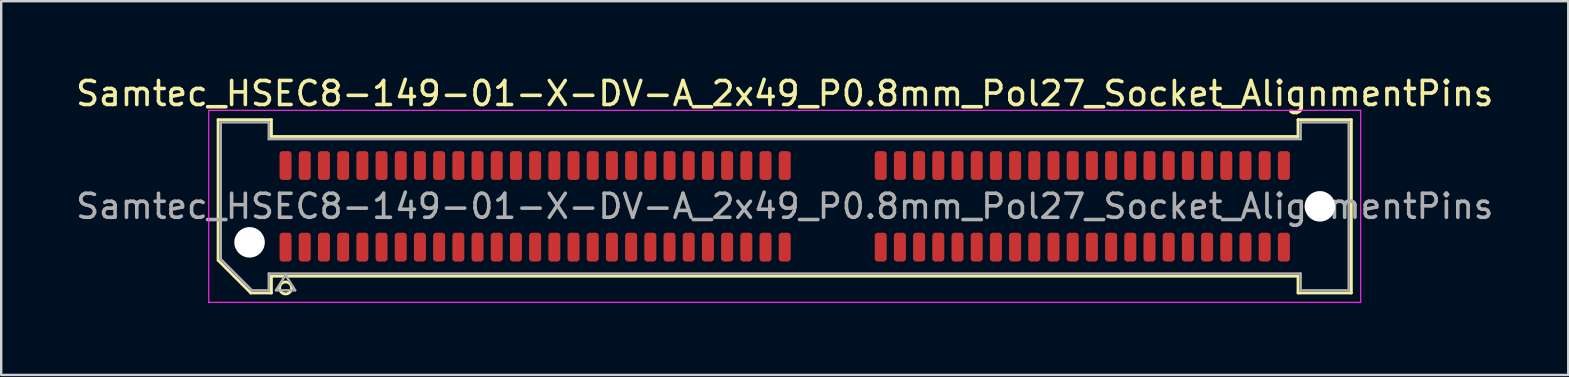
<source format=kicad_pcb>
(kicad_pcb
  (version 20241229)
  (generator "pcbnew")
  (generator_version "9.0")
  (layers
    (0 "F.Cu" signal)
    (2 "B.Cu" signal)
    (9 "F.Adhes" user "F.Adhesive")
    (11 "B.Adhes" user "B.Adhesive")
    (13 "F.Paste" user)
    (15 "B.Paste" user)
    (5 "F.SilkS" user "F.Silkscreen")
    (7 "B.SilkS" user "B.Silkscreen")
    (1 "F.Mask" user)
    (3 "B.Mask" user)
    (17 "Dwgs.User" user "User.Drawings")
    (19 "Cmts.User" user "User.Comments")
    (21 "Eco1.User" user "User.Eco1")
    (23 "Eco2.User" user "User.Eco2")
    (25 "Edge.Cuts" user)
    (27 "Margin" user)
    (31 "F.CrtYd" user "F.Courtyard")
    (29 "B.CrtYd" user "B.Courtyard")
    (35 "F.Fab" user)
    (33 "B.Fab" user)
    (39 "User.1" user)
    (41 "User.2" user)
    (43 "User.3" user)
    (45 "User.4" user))
  (footprint "Samtec_HSEC8-149-01-X-DV-A_2x49_P0.8mm_Pol27_Socket_AlignmentPins"
    (layer "F.Cu")
    (at 29.649 5.548)
    (property "Reference" "Samtec_HSEC8-149-01-X-DV-A_2x49_P0.8mm_Pol27_Socket_AlignmentPins" (at 0 -4.7 0) (layer "F.SilkS") (effects (font (size 1 1) (thickness 0.15))))
    (attr smd)
    (fp_line (start -23.61 -3.61) (end -21.39 -3.61) (stroke (width 0.12) (type solid)) (layer "F.SilkS"))
    (fp_line (start -23.61 2.246) (end -23.61 -3.61) (stroke (width 0.12) (type solid)) (layer "F.SilkS"))
    (fp_line (start -22.246 3.61) (end -23.61 2.246) (stroke (width 0.12) (type solid)) (layer "F.SilkS"))
    (fp_line (start -21.39 -3.61) (end -21.39 -2.91) (stroke (width 0.12) (type solid)) (layer "F.SilkS"))
    (fp_line (start -21.39 -2.91) (end 21.39 -2.91) (stroke (width 0.12) (type solid)) (layer "F.SilkS"))
    (fp_line (start -21.39 2.91) (end -21.39 3.61) (stroke (width 0.12) (type solid)) (layer "F.SilkS"))
    (fp_line (start -21.39 3.61) (end -22.246 3.61) (stroke (width 0.12) (type solid)) (layer "F.SilkS"))
    (fp_line (start 21.39 -3.61) (end 23.61 -3.61) (stroke (width 0.12) (type solid)) (layer "F.SilkS"))
    (fp_line (start 21.39 -2.91) (end 21.39 -3.61) (stroke (width 0.12) (type solid)) (layer "F.SilkS"))
    (fp_line (start 21.39 2.91) (end -21.39 2.91) (stroke (width 0.12) (type solid)) (layer "F.SilkS"))
    (fp_line (start 21.39 3.61) (end 21.39 2.91) (stroke (width 0.12) (type solid)) (layer "F.SilkS"))
    (fp_line (start 23.61 -3.61) (end 23.61 3.61) (stroke (width 0.12) (type solid)) (layer "F.SilkS"))
    (fp_line (start 23.61 3.61) (end 21.39 3.61) (stroke (width 0.12) (type solid)) (layer "F.SilkS"))
    (fp_circle (center -20.8 3.4) (end -20.55 3.4) (stroke (width 0.12) (type solid)) (fill no) (layer "F.SilkS"))
    (fp_line (start -24 -4) (end -24 4) (stroke (width 0.05) (type solid)) (layer "F.CrtYd"))
    (fp_line (start -24 4) (end 24 4) (stroke (width 0.05) (type solid)) (layer "F.CrtYd"))
    (fp_line (start 24 -4) (end -24 -4) (stroke (width 0.05) (type solid)) (layer "F.CrtYd"))
    (fp_line (start 24 4) (end 24 -4) (stroke (width 0.05) (type solid)) (layer "F.CrtYd"))
    (fp_line (start -23.5 -3.5) (end -21.5 -3.5) (stroke (width 0.1) (type solid)) (layer "F.Fab"))
    (fp_line (start -23.5 2.2) (end -23.5 -3.5) (stroke (width 0.1) (type solid)) (layer "F.Fab"))
    (fp_line (start -22.2 3.5) (end -23.5 2.2) (stroke (width 0.1) (type solid)) (layer "F.Fab"))
    (fp_line (start -21.5 -3.5) (end -21.5 -2.8) (stroke (width 0.1) (type solid)) (layer "F.Fab"))
    (fp_line (start -21.5 -2.8) (end 21.5 -2.8) (stroke (width 0.1) (type solid)) (layer "F.Fab"))
    (fp_line (start -21.5 2.8) (end -21.5 3.5) (stroke (width 0.1) (type solid)) (layer "F.Fab"))
    (fp_line (start -21.5 3.5) (end -22.2 3.5) (stroke (width 0.1) (type solid)) (layer "F.Fab"))
    (fp_line (start -21.2 3.5) (end -20.8 2.86) (stroke (width 0.1) (type solid)) (layer "F.Fab"))
    (fp_line (start -20.8 2.86) (end -20.4 3.5) (stroke (width 0.1) (type solid)) (layer "F.Fab"))
    (fp_line (start -20.4 3.5) (end -21.2 3.5) (stroke (width 0.1) (type solid)) (layer "F.Fab"))
    (fp_line (start 21.5 -3.5) (end 23.5 -3.5) (stroke (width 0.1) (type solid)) (layer "F.Fab"))
    (fp_line (start 21.5 -2.8) (end 21.5 -3.5) (stroke (width 0.1) (type solid)) (layer "F.Fab"))
    (fp_line (start 21.5 2.8) (end -21.5 2.8) (stroke (width 0.1) (type solid)) (layer "F.Fab"))
    (fp_line (start 21.5 3.5) (end 21.5 2.8) (stroke (width 0.1) (type solid)) (layer "F.Fab"))
    (fp_line (start 23.5 -3.5) (end 23.5 3.5) (stroke (width 0.1) (type solid)) (layer "F.Fab"))
    (fp_line (start 23.5 3.5) (end 21.5 3.5) (stroke (width 0.1) (type solid)) (layer "F.Fab"))
    (fp_text user "${REFERENCE}" (at 0 0 0) (layer "F.Fab") (effects (font (size 1 1) (thickness 0.15))))
    (pad "" np_thru_hole circle (at -22.3 1.5) (size 1.27 1.27) (drill 1.27) (layers "*.Cu" "*.Mask"))
    (pad "" np_thru_hole circle (at 22.3 0) (size 1.27 1.27) (drill 1.27) (layers "*.Cu" "*.Mask"))
    (pad "1" smd roundrect (at -20.8 1.7) (size 0.5 1.2) (layers "F.Cu" "F.Mask" "F.Paste") (roundrect_rratio 0.25))
    (pad "2" smd roundrect (at -20.8 -1.7) (size 0.5 1.2) (layers "F.Cu" "F.Mask" "F.Paste") (roundrect_rratio 0.25))
    (pad "3" smd roundrect (at -20 1.7) (size 0.5 1.2) (layers "F.Cu" "F.Mask" "F.Paste") (roundrect_rratio 0.25))
    (pad "4" smd roundrect (at -20 -1.7) (size 0.5 1.2) (layers "F.Cu" "F.Mask" "F.Paste") (roundrect_rratio 0.25))
    (pad "5" smd roundrect (at -19.2 1.7) (size 0.5 1.2) (layers "F.Cu" "F.Mask" "F.Paste") (roundrect_rratio 0.25))
    (pad "6" smd roundrect (at -19.2 -1.7) (size 0.5 1.2) (layers "F.Cu" "F.Mask" "F.Paste") (roundrect_rratio 0.25))
    (pad "7" smd roundrect (at -18.4 1.7) (size 0.5 1.2) (layers "F.Cu" "F.Mask" "F.Paste") (roundrect_rratio 0.25))
    (pad "8" smd roundrect (at -18.4 -1.7) (size 0.5 1.2) (layers "F.Cu" "F.Mask" "F.Paste") (roundrect_rratio 0.25))
    (pad "9" smd roundrect (at -17.6 1.7) (size 0.5 1.2) (layers "F.Cu" "F.Mask" "F.Paste") (roundrect_rratio 0.25))
    (pad "10" smd roundrect (at -17.6 -1.7) (size 0.5 1.2) (layers "F.Cu" "F.Mask" "F.Paste") (roundrect_rratio 0.25))
    (pad "11" smd roundrect (at -16.8 1.7) (size 0.5 1.2) (layers "F.Cu" "F.Mask" "F.Paste") (roundrect_rratio 0.25))
    (pad "12" smd roundrect (at -16.8 -1.7) (size 0.5 1.2) (layers "F.Cu" "F.Mask" "F.Paste") (roundrect_rratio 0.25))
    (pad "13" smd roundrect (at -16 1.7) (size 0.5 1.2) (layers "F.Cu" "F.Mask" "F.Paste") (roundrect_rratio 0.25))
    (pad "14" smd roundrect (at -16 -1.7) (size 0.5 1.2) (layers "F.Cu" "F.Mask" "F.Paste") (roundrect_rratio 0.25))
    (pad "15" smd roundrect (at -15.2 1.7) (size 0.5 1.2) (layers "F.Cu" "F.Mask" "F.Paste") (roundrect_rratio 0.25))
    (pad "16" smd roundrect (at -15.2 -1.7) (size 0.5 1.2) (layers "F.Cu" "F.Mask" "F.Paste") (roundrect_rratio 0.25))
    (pad "17" smd roundrect (at -14.4 1.7) (size 0.5 1.2) (layers "F.Cu" "F.Mask" "F.Paste") (roundrect_rratio 0.25))
    (pad "18" smd roundrect (at -14.4 -1.7) (size 0.5 1.2) (layers "F.Cu" "F.Mask" "F.Paste") (roundrect_rratio 0.25))
    (pad "19" smd roundrect (at -13.6 1.7) (size 0.5 1.2) (layers "F.Cu" "F.Mask" "F.Paste") (roundrect_rratio 0.25))
    (pad "20" smd roundrect (at -13.6 -1.7) (size 0.5 1.2) (layers "F.Cu" "F.Mask" "F.Paste") (roundrect_rratio 0.25))
    (pad "21" smd roundrect (at -12.8 1.7) (size 0.5 1.2) (layers "F.Cu" "F.Mask" "F.Paste") (roundrect_rratio 0.25))
    (pad "22" smd roundrect (at -12.8 -1.7) (size 0.5 1.2) (layers "F.Cu" "F.Mask" "F.Paste") (roundrect_rratio 0.25))
    (pad "23" smd roundrect (at -12 1.7) (size 0.5 1.2) (layers "F.Cu" "F.Mask" "F.Paste") (roundrect_rratio 0.25))
    (pad "24" smd roundrect (at -12 -1.7) (size 0.5 1.2) (layers "F.Cu" "F.Mask" "F.Paste") (roundrect_rratio 0.25))
    (pad "25" smd roundrect (at -11.2 1.7) (size 0.5 1.2) (layers "F.Cu" "F.Mask" "F.Paste") (roundrect_rratio 0.25))
    (pad "26" smd roundrect (at -11.2 -1.7) (size 0.5 1.2) (layers "F.Cu" "F.Mask" "F.Paste") (roundrect_rratio 0.25))
    (pad "27" smd roundrect (at -10.4 1.7) (size 0.5 1.2) (layers "F.Cu" "F.Mask" "F.Paste") (roundrect_rratio 0.25))
    (pad "28" smd roundrect (at -10.4 -1.7) (size 0.5 1.2) (layers "F.Cu" "F.Mask" "F.Paste") (roundrect_rratio 0.25))
    (pad "29" smd roundrect (at -9.6 1.7) (size 0.5 1.2) (layers "F.Cu" "F.Mask" "F.Paste") (roundrect_rratio 0.25))
    (pad "30" smd roundrect (at -9.6 -1.7) (size 0.5 1.2) (layers "F.Cu" "F.Mask" "F.Paste") (roundrect_rratio 0.25))
    (pad "31" smd roundrect (at -8.8 1.7) (size 0.5 1.2) (layers "F.Cu" "F.Mask" "F.Paste") (roundrect_rratio 0.25))
    (pad "32" smd roundrect (at -8.8 -1.7) (size 0.5 1.2) (layers "F.Cu" "F.Mask" "F.Paste") (roundrect_rratio 0.25))
    (pad "33" smd roundrect (at -8 1.7) (size 0.5 1.2) (layers "F.Cu" "F.Mask" "F.Paste") (roundrect_rratio 0.25))
    (pad "34" smd roundrect (at -8 -1.7) (size 0.5 1.2) (layers "F.Cu" "F.Mask" "F.Paste") (roundrect_rratio 0.25))
    (pad "35" smd roundrect (at -7.2 1.7) (size 0.5 1.2) (layers "F.Cu" "F.Mask" "F.Paste") (roundrect_rratio 0.25))
    (pad "36" smd roundrect (at -7.2 -1.7) (size 0.5 1.2) (layers "F.Cu" "F.Mask" "F.Paste") (roundrect_rratio 0.25))
    (pad "37" smd roundrect (at -6.4 1.7) (size 0.5 1.2) (layers "F.Cu" "F.Mask" "F.Paste") (roundrect_rratio 0.25))
    (pad "38" smd roundrect (at -6.4 -1.7) (size 0.5 1.2) (layers "F.Cu" "F.Mask" "F.Paste") (roundrect_rratio 0.25))
    (pad "39" smd roundrect (at -5.6 1.7) (size 0.5 1.2) (layers "F.Cu" "F.Mask" "F.Paste") (roundrect_rratio 0.25))
    (pad "40" smd roundrect (at -5.6 -1.7) (size 0.5 1.2) (layers "F.Cu" "F.Mask" "F.Paste") (roundrect_rratio 0.25))
    (pad "41" smd roundrect (at -4.8 1.7) (size 0.5 1.2) (layers "F.Cu" "F.Mask" "F.Paste") (roundrect_rratio 0.25))
    (pad "42" smd roundrect (at -4.8 -1.7) (size 0.5 1.2) (layers "F.Cu" "F.Mask" "F.Paste") (roundrect_rratio 0.25))
    (pad "43" smd roundrect (at -4 1.7) (size 0.5 1.2) (layers "F.Cu" "F.Mask" "F.Paste") (roundrect_rratio 0.25))
    (pad "44" smd roundrect (at -4 -1.7) (size 0.5 1.2) (layers "F.Cu" "F.Mask" "F.Paste") (roundrect_rratio 0.25))
    (pad "45" smd roundrect (at -3.2 1.7) (size 0.5 1.2) (layers "F.Cu" "F.Mask" "F.Paste") (roundrect_rratio 0.25))
    (pad "46" smd roundrect (at -3.2 -1.7) (size 0.5 1.2) (layers "F.Cu" "F.Mask" "F.Paste") (roundrect_rratio 0.25))
    (pad "47" smd roundrect (at -2.4 1.7) (size 0.5 1.2) (layers "F.Cu" "F.Mask" "F.Paste") (roundrect_rratio 0.25))
    (pad "48" smd roundrect (at -2.4 -1.7) (size 0.5 1.2) (layers "F.Cu" "F.Mask" "F.Paste") (roundrect_rratio 0.25))
    (pad "49" smd roundrect (at -1.6 1.7) (size 0.5 1.2) (layers "F.Cu" "F.Mask" "F.Paste") (roundrect_rratio 0.25))
    (pad "50" smd roundrect (at -1.6 -1.7) (size 0.5 1.2) (layers "F.Cu" "F.Mask" "F.Paste") (roundrect_rratio 0.25))
    (pad "51" smd roundrect (at -0.8 1.7) (size 0.5 1.2) (layers "F.Cu" "F.Mask" "F.Paste") (roundrect_rratio 0.25))
    (pad "52" smd roundrect (at -0.8 -1.7) (size 0.5 1.2) (layers "F.Cu" "F.Mask" "F.Paste") (roundrect_rratio 0.25))
    (pad "53" smd roundrect (at 0 1.7) (size 0.5 1.2) (layers "F.Cu" "F.Mask" "F.Paste") (roundrect_rratio 0.25))
    (pad "54" smd roundrect (at 0 -1.7) (size 0.5 1.2) (layers "F.Cu" "F.Mask" "F.Paste") (roundrect_rratio 0.25))
    (pad "55" smd roundrect (at 4 1.7) (size 0.5 1.2) (layers "F.Cu" "F.Mask" "F.Paste") (roundrect_rratio 0.25))
    (pad "56" smd roundrect (at 4 -1.7) (size 0.5 1.2) (layers "F.Cu" "F.Mask" "F.Paste") (roundrect_rratio 0.25))
    (pad "57" smd roundrect (at 4.8 1.7) (size 0.5 1.2) (layers "F.Cu" "F.Mask" "F.Paste") (roundrect_rratio 0.25))
    (pad "58" smd roundrect (at 4.8 -1.7) (size 0.5 1.2) (layers "F.Cu" "F.Mask" "F.Paste") (roundrect_rratio 0.25))
    (pad "59" smd roundrect (at 5.6 1.7) (size 0.5 1.2) (layers "F.Cu" "F.Mask" "F.Paste") (roundrect_rratio 0.25))
    (pad "60" smd roundrect (at 5.6 -1.7) (size 0.5 1.2) (layers "F.Cu" "F.Mask" "F.Paste") (roundrect_rratio 0.25))
    (pad "61" smd roundrect (at 6.4 1.7) (size 0.5 1.2) (layers "F.Cu" "F.Mask" "F.Paste") (roundrect_rratio 0.25))
    (pad "62" smd roundrect (at 6.4 -1.7) (size 0.5 1.2) (layers "F.Cu" "F.Mask" "F.Paste") (roundrect_rratio 0.25))
    (pad "63" smd roundrect (at 7.2 1.7) (size 0.5 1.2) (layers "F.Cu" "F.Mask" "F.Paste") (roundrect_rratio 0.25))
    (pad "64" smd roundrect (at 7.2 -1.7) (size 0.5 1.2) (layers "F.Cu" "F.Mask" "F.Paste") (roundrect_rratio 0.25))
    (pad "65" smd roundrect (at 8 1.7) (size 0.5 1.2) (layers "F.Cu" "F.Mask" "F.Paste") (roundrect_rratio 0.25))
    (pad "66" smd roundrect (at 8 -1.7) (size 0.5 1.2) (layers "F.Cu" "F.Mask" "F.Paste") (roundrect_rratio 0.25))
    (pad "67" smd roundrect (at 8.8 1.7) (size 0.5 1.2) (layers "F.Cu" "F.Mask" "F.Paste") (roundrect_rratio 0.25))
    (pad "68" smd roundrect (at 8.8 -1.7) (size 0.5 1.2) (layers "F.Cu" "F.Mask" "F.Paste") (roundrect_rratio 0.25))
    (pad "69" smd roundrect (at 9.6 1.7) (size 0.5 1.2) (layers "F.Cu" "F.Mask" "F.Paste") (roundrect_rratio 0.25))
    (pad "70" smd roundrect (at 9.6 -1.7) (size 0.5 1.2) (layers "F.Cu" "F.Mask" "F.Paste") (roundrect_rratio 0.25))
    (pad "71" smd roundrect (at 10.4 1.7) (size 0.5 1.2) (layers "F.Cu" "F.Mask" "F.Paste") (roundrect_rratio 0.25))
    (pad "72" smd roundrect (at 10.4 -1.7) (size 0.5 1.2) (layers "F.Cu" "F.Mask" "F.Paste") (roundrect_rratio 0.25))
    (pad "73" smd roundrect (at 11.2 1.7) (size 0.5 1.2) (layers "F.Cu" "F.Mask" "F.Paste") (roundrect_rratio 0.25))
    (pad "74" smd roundrect (at 11.2 -1.7) (size 0.5 1.2) (layers "F.Cu" "F.Mask" "F.Paste") (roundrect_rratio 0.25))
    (pad "75" smd roundrect (at 12 1.7) (size 0.5 1.2) (layers "F.Cu" "F.Mask" "F.Paste") (roundrect_rratio 0.25))
    (pad "76" smd roundrect (at 12 -1.7) (size 0.5 1.2) (layers "F.Cu" "F.Mask" "F.Paste") (roundrect_rratio 0.25))
    (pad "77" smd roundrect (at 12.8 1.7) (size 0.5 1.2) (layers "F.Cu" "F.Mask" "F.Paste") (roundrect_rratio 0.25))
    (pad "78" smd roundrect (at 12.8 -1.7) (size 0.5 1.2) (layers "F.Cu" "F.Mask" "F.Paste") (roundrect_rratio 0.25))
    (pad "79" smd roundrect (at 13.6 1.7) (size 0.5 1.2) (layers "F.Cu" "F.Mask" "F.Paste") (roundrect_rratio 0.25))
    (pad "80" smd roundrect (at 13.6 -1.7) (size 0.5 1.2) (layers "F.Cu" "F.Mask" "F.Paste") (roundrect_rratio 0.25))
    (pad "81" smd roundrect (at 14.4 1.7) (size 0.5 1.2) (layers "F.Cu" "F.Mask" "F.Paste") (roundrect_rratio 0.25))
    (pad "82" smd roundrect (at 14.4 -1.7) (size 0.5 1.2) (layers "F.Cu" "F.Mask" "F.Paste") (roundrect_rratio 0.25))
    (pad "83" smd roundrect (at 15.2 1.7) (size 0.5 1.2) (layers "F.Cu" "F.Mask" "F.Paste") (roundrect_rratio 0.25))
    (pad "84" smd roundrect (at 15.2 -1.7) (size 0.5 1.2) (layers "F.Cu" "F.Mask" "F.Paste") (roundrect_rratio 0.25))
    (pad "85" smd roundrect (at 16 1.7) (size 0.5 1.2) (layers "F.Cu" "F.Mask" "F.Paste") (roundrect_rratio 0.25))
    (pad "86" smd roundrect (at 16 -1.7) (size 0.5 1.2) (layers "F.Cu" "F.Mask" "F.Paste") (roundrect_rratio 0.25))
    (pad "87" smd roundrect (at 16.8 1.7) (size 0.5 1.2) (layers "F.Cu" "F.Mask" "F.Paste") (roundrect_rratio 0.25))
    (pad "88" smd roundrect (at 16.8 -1.7) (size 0.5 1.2) (layers "F.Cu" "F.Mask" "F.Paste") (roundrect_rratio 0.25))
    (pad "89" smd roundrect (at 17.6 1.7) (size 0.5 1.2) (layers "F.Cu" "F.Mask" "F.Paste") (roundrect_rratio 0.25))
    (pad "90" smd roundrect (at 17.6 -1.7) (size 0.5 1.2) (layers "F.Cu" "F.Mask" "F.Paste") (roundrect_rratio 0.25))
    (pad "91" smd roundrect (at 18.4 1.7) (size 0.5 1.2) (layers "F.Cu" "F.Mask" "F.Paste") (roundrect_rratio 0.25))
    (pad "92" smd roundrect (at 18.4 -1.7) (size 0.5 1.2) (layers "F.Cu" "F.Mask" "F.Paste") (roundrect_rratio 0.25))
    (pad "93" smd roundrect (at 19.2 1.7) (size 0.5 1.2) (layers "F.Cu" "F.Mask" "F.Paste") (roundrect_rratio 0.25))
    (pad "94" smd roundrect (at 19.2 -1.7) (size 0.5 1.2) (layers "F.Cu" "F.Mask" "F.Paste") (roundrect_rratio 0.25))
    (pad "95" smd roundrect (at 20 1.7) (size 0.5 1.2) (layers "F.Cu" "F.Mask" "F.Paste") (roundrect_rratio 0.25))
    (pad "96" smd roundrect (at 20 -1.7) (size 0.5 1.2) (layers "F.Cu" "F.Mask" "F.Paste") (roundrect_rratio 0.25))
    (pad "97" smd roundrect (at 20.8 1.7) (size 0.5 1.2) (layers "F.Cu" "F.Mask" "F.Paste") (roundrect_rratio 0.25))
    (pad "98" smd roundrect (at 20.8 -1.7) (size 0.5 1.2) (layers "F.Cu" "F.Mask" "F.Paste") (roundrect_rratio 0.25)))
  (gr_rect
    (start -3 -3)
    (end 62.298 12.573)
    (stroke (width 0.1) (type default))
    (fill no)
    (layer "Edge.Cuts")))
</source>
